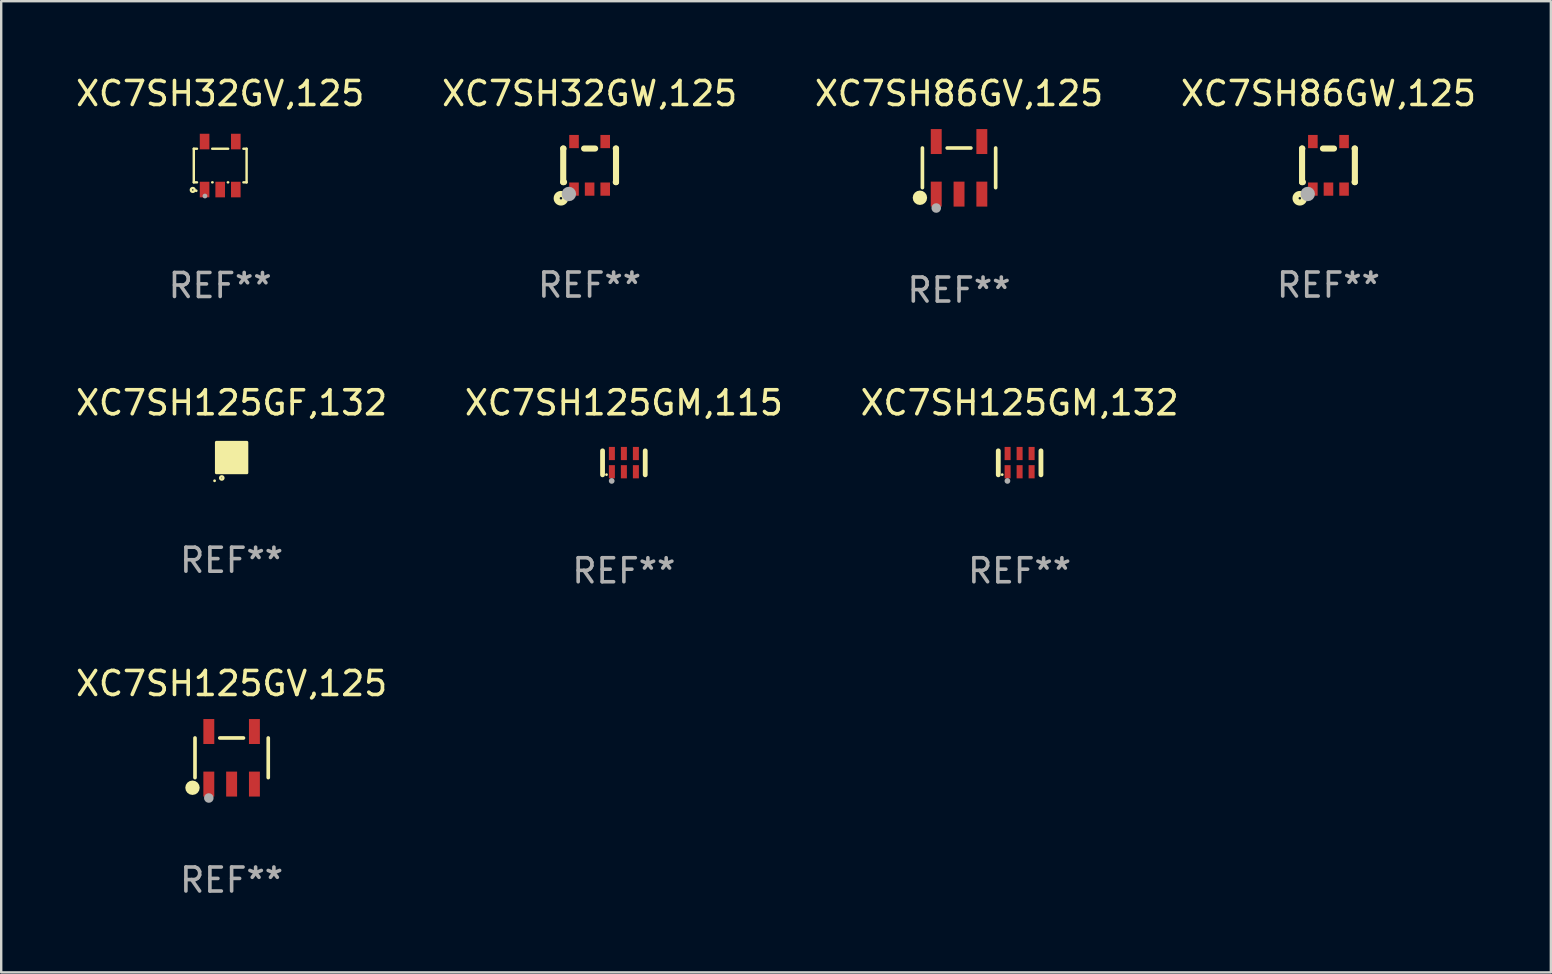
<source format=kicad_pcb>
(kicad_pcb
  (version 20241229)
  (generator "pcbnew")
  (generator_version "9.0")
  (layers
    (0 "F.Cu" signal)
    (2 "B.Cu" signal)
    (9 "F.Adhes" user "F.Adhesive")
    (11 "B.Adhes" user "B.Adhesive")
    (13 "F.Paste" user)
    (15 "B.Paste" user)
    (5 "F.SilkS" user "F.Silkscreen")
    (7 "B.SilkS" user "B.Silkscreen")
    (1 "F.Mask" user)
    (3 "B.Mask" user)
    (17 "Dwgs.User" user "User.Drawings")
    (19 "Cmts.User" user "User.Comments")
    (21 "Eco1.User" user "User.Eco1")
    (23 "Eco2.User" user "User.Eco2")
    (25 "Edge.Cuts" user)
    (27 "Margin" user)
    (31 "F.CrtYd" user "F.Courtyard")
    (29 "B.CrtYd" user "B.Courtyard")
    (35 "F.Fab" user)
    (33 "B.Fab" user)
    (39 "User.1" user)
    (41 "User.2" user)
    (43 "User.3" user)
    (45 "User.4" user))
  (footprint "XC7SH86GV,125"
    (layer "F.Cu")
    (at 36.911 3.943)
    (property "Reference" "XC7SH86GV,125" (at 0 -3.095 0) (layer "F.SilkS") (effects (font (size 1 1) (thickness 0.15))))
    (attr through_hole)
    (fp_line (start -1.526 0.826) (end -1.526 -0.826) (stroke (width 0.152) (type solid)) (layer "F.SilkS"))
    (fp_line (start 0.494 -0.826) (end -0.494 -0.826) (stroke (width 0.152) (type solid)) (layer "F.SilkS"))
    (fp_line (start 1.526 0.826) (end 1.526 -0.826) (stroke (width 0.152) (type solid)) (layer "F.SilkS"))
    (fp_circle (center -1.63 1.247) (end -1.48 1.247) (stroke (width 0.3) (type solid)) (fill no) (layer "F.SilkS"))
    (fp_circle (center -1.45 1.375) (end -1.42 1.375) (stroke (width 0.06) (type solid)) (fill no) (layer "F.SilkS"))
    (fp_circle (center -0.95 1.675) (end -0.85 1.675) (stroke (width 0.2) (type solid)) (fill no) (layer "F.Fab"))
    (fp_text user "REF**" (at 0 5.095 0) (layer "F.Fab") (effects (font (size 1 1) (thickness 0.15))))
    (pad "1" smd rect (at -0.95 1.095) (size 0.455 1.04) (layers "F.Cu" "F.Mask" "F.Paste"))
    (pad "2" smd rect (at 0 1.095) (size 0.455 1.04) (layers "F.Cu" "F.Mask" "F.Paste"))
    (pad "3" smd rect (at 0.95 1.095) (size 0.455 1.04) (layers "F.Cu" "F.Mask" "F.Paste"))
    (pad "4" smd rect (at 0.95 -1.095) (size 0.455 1.04) (layers "F.Cu" "F.Mask" "F.Paste"))
    (pad "5" smd rect (at -0.95 -1.095) (size 0.455 1.04) (layers "F.Cu" "F.Mask" "F.Paste")))
  (footprint "XC7SH125GV,125"
    (layer "F.Cu")
    (at 6.601 28.526)
    (property "Reference" "XC7SH125GV,125" (at 0 -3.095 0) (layer "F.SilkS") (effects (font (size 1 1) (thickness 0.15))))
    (attr through_hole)
    (fp_line (start -1.526 0.826) (end -1.526 -0.826) (stroke (width 0.152) (type solid)) (layer "F.SilkS"))
    (fp_line (start 0.494 -0.826) (end -0.494 -0.826) (stroke (width 0.152) (type solid)) (layer "F.SilkS"))
    (fp_line (start 1.526 0.826) (end 1.526 -0.826) (stroke (width 0.152) (type solid)) (layer "F.SilkS"))
    (fp_circle (center -1.63 1.247) (end -1.48 1.247) (stroke (width 0.3) (type solid)) (fill no) (layer "F.SilkS"))
    (fp_circle (center -1.45 1.375) (end -1.42 1.375) (stroke (width 0.06) (type solid)) (fill no) (layer "F.SilkS"))
    (fp_circle (center -0.95 1.675) (end -0.85 1.675) (stroke (width 0.2) (type solid)) (fill no) (layer "F.Fab"))
    (fp_text user "REF**" (at 0 5.095 0) (layer "F.Fab") (effects (font (size 1 1) (thickness 0.15))))
    (pad "1" smd rect (at -0.95 1.095) (size 0.455 1.04) (layers "F.Cu" "F.Mask" "F.Paste"))
    (pad "2" smd rect (at 0 1.095) (size 0.455 1.04) (layers "F.Cu" "F.Mask" "F.Paste"))
    (pad "3" smd rect (at 0.95 1.095) (size 0.455 1.04) (layers "F.Cu" "F.Mask" "F.Paste"))
    (pad "4" smd rect (at 0.95 -1.095) (size 0.455 1.04) (layers "F.Cu" "F.Mask" "F.Paste"))
    (pad "5" smd rect (at -0.95 -1.095) (size 0.455 1.04) (layers "F.Cu" "F.Mask" "F.Paste")))
  (footprint "XC7SH86GW,125"
    (layer "F.Cu")
    (at 52.304 3.839)
    (property "Reference" "XC7SH86GW,125" (at 0 -2.991 0) (layer "F.SilkS") (effects (font (size 1 1) (thickness 0.15))))
    (attr through_hole)
    (fp_line (start -1.1 -0.7) (end -1.1 0.7) (stroke (width 0.254) (type solid)) (layer "F.SilkS"))
    (fp_line (start -1.1 -0.7) (end -1.09 -0.7) (stroke (width 0.254) (type solid)) (layer "F.SilkS"))
    (fp_line (start -1.1 0.7) (end -1.065 0.7) (stroke (width 0.254) (type solid)) (layer "F.SilkS"))
    (fp_line (start -0.23 -0.7) (end 0.23 -0.7) (stroke (width 0.254) (type solid)) (layer "F.SilkS"))
    (fp_line (start 1.09 -0.7) (end 1.1 -0.7) (stroke (width 0.254) (type solid)) (layer "F.SilkS"))
    (fp_line (start 1.09 0.7) (end 1.1 0.7) (stroke (width 0.254) (type solid)) (layer "F.SilkS"))
    (fp_line (start 1.1 -0.7) (end 1.1 0.7) (stroke (width 0.254) (type solid)) (layer "F.SilkS"))
    (fp_circle (center -1.194 1.372) (end -1.143 1.372) (stroke (width 0.254) (type solid)) (fill no) (layer "F.SilkS"))
    (fp_circle (center -1.05 1.063) (end -1.02 1.063) (stroke (width 0.06) (type solid)) (fill no) (layer "F.SilkS"))
    (fp_circle (center -0.864 1.194) (end -0.713 1.194) (stroke (width 0.3) (type solid)) (fill no) (layer "F.Fab"))
    (fp_text user "REF**" (at 0 4.991 0) (layer "F.Fab") (effects (font (size 1 1) (thickness 0.15))))
    (pad "1" smd rect (at -0.65 0.991 180) (size 0.399 0.551) (layers "F.Cu" "F.Mask" "F.Paste"))
    (pad "2" smd rect (at 0 0.991 180) (size 0.399 0.551) (layers "F.Cu" "F.Mask" "F.Paste"))
    (pad "3" smd rect (at 0.65 0.991 180) (size 0.399 0.551) (layers "F.Cu" "F.Mask" "F.Paste"))
    (pad "4" smd rect (at 0.65 -0.991 180) (size 0.399 0.551) (layers "F.Cu" "F.Mask" "F.Paste"))
    (pad "5" smd rect (at -0.65 -0.991 180) (size 0.399 0.551) (layers "F.Cu" "F.Mask" "F.Paste")))
  (footprint "XC7SH32GW,125"
    (layer "F.Cu")
    (at 21.518 3.839)
    (property "Reference" "XC7SH32GW,125" (at 0 -2.991 0) (layer "F.SilkS") (effects (font (size 1 1) (thickness 0.15))))
    (attr through_hole)
    (fp_line (start -1.1 -0.7) (end -1.1 0.7) (stroke (width 0.254) (type solid)) (layer "F.SilkS"))
    (fp_line (start -1.1 -0.7) (end -1.09 -0.7) (stroke (width 0.254) (type solid)) (layer "F.SilkS"))
    (fp_line (start -1.1 0.7) (end -1.065 0.7) (stroke (width 0.254) (type solid)) (layer "F.SilkS"))
    (fp_line (start -0.23 -0.7) (end 0.23 -0.7) (stroke (width 0.254) (type solid)) (layer "F.SilkS"))
    (fp_line (start 1.09 -0.7) (end 1.1 -0.7) (stroke (width 0.254) (type solid)) (layer "F.SilkS"))
    (fp_line (start 1.09 0.7) (end 1.1 0.7) (stroke (width 0.254) (type solid)) (layer "F.SilkS"))
    (fp_line (start 1.1 -0.7) (end 1.1 0.7) (stroke (width 0.254) (type solid)) (layer "F.SilkS"))
    (fp_circle (center -1.194 1.372) (end -1.143 1.372) (stroke (width 0.254) (type solid)) (fill no) (layer "F.SilkS"))
    (fp_circle (center -1.05 1.063) (end -1.02 1.063) (stroke (width 0.06) (type solid)) (fill no) (layer "F.SilkS"))
    (fp_circle (center -0.864 1.194) (end -0.713 1.194) (stroke (width 0.3) (type solid)) (fill no) (layer "F.Fab"))
    (fp_text user "REF**" (at 0 4.991 0) (layer "F.Fab") (effects (font (size 1 1) (thickness 0.15))))
    (pad "1" smd rect (at -0.65 0.991 180) (size 0.399 0.551) (layers "F.Cu" "F.Mask" "F.Paste"))
    (pad "2" smd rect (at 0 0.991 180) (size 0.399 0.551) (layers "F.Cu" "F.Mask" "F.Paste"))
    (pad "3" smd rect (at 0.65 0.991 180) (size 0.399 0.551) (layers "F.Cu" "F.Mask" "F.Paste"))
    (pad "4" smd rect (at 0.65 -0.991 180) (size 0.399 0.551) (layers "F.Cu" "F.Mask" "F.Paste"))
    (pad "5" smd rect (at -0.65 -0.991 180) (size 0.399 0.551) (layers "F.Cu" "F.Mask" "F.Paste")))
  (footprint "XC7SH125GF,132"
    (layer "F.Cu")
    (at 6.601 16.015)
    (property "Reference" "XC7SH125GF,132" (at 0 -2.28 0) (layer "F.SilkS") (effects (font (size 1 1) (thickness 0.15))))
    (attr through_hole)
    (fp_circle (center -0.71 0.968) (end -0.68 0.968) (stroke (width 0.06) (type solid)) (fill no) (layer "F.SilkS"))
    (fp_circle (center -0.41 0.85) (end -0.342 0.85) (stroke (width 0.1) (type solid)) (fill no) (layer "F.SilkS"))
    (fp_poly (pts (xy -0.635 -0.635) (xy 0.635 -0.635) (xy 0.635 0.635) (xy -0.635 0.635)) (stroke (width 0.12) (type solid)) (fill yes) (layer "F.SilkS"))
    (fp_text user "REF**" (at 0 4.28 0) (layer "F.Fab") (effects (font (size 1 1) (thickness 0.15))))
    (pad "1" smd rect (at -0.35 0.28 90) (size 0.35 0.2) (layers "F.Cu" "F.Mask" "F.Paste"))
    (pad "2" smd rect (at 0 0.28 90) (size 0.35 0.2) (layers "F.Cu" "F.Mask" "F.Paste"))
    (pad "3" smd rect (at 0.35 0.28 90) (size 0.35 0.2) (layers "F.Cu" "F.Mask" "F.Paste"))
    (pad "4" smd rect (at 0.35 -0.28 90) (size 0.35 0.2) (layers "F.Cu" "F.Mask" "F.Paste"))
    (pad "5" smd rect (at 0 -0.28 90) (size 0.35 0.2) (layers "F.Cu" "F.Mask" "F.Paste"))
    (pad "6" smd rect (at -0.35 -0.28 90) (size 0.35 0.2) (layers "F.Cu" "F.Mask" "F.Paste")))
  (footprint "XC7SH32GV,125"
    (layer "F.Cu")
    (at 6.125 3.848)
    (property "Reference" "XC7SH32GV,125" (at 0 -3 0) (layer "F.SilkS") (effects (font (size 1 1) (thickness 0.15))))
    (attr through_hole)
    (fp_line (start -1.1 -0.7) (end -1.1 0.7) (stroke (width 0.101) (type solid)) (layer "F.SilkS"))
    (fp_line (start -1.1 -0.7) (end -0.967 -0.7) (stroke (width 0.101) (type solid)) (layer "F.SilkS"))
    (fp_line (start -1.1 0.7) (end -0.967 0.7) (stroke (width 0.101) (type solid)) (layer "F.SilkS"))
    (fp_line (start -0.333 0.7) (end -0.317 0.7) (stroke (width 0.101) (type solid)) (layer "F.SilkS"))
    (fp_line (start -0.333 -0.7) (end 0.333 -0.7) (stroke (width 0.101) (type solid)) (layer "F.SilkS"))
    (fp_line (start 0.317 0.7) (end 0.333 0.7) (stroke (width 0.101) (type solid)) (layer "F.SilkS"))
    (fp_line (start 0.967 0.7) (end 1.1 0.7) (stroke (width 0.101) (type solid)) (layer "F.SilkS"))
    (fp_line (start 0.967 -0.7) (end 1.1 -0.7) (stroke (width 0.101) (type solid)) (layer "F.SilkS"))
    (fp_line (start 1.1 -0.7) (end 1.1 0.7) (stroke (width 0.101) (type solid)) (layer "F.SilkS"))
    (fp_circle (center -1.143 1.016) (end -1.063 1.016) (stroke (width 0.1) (type solid)) (fill no) (layer "F.SilkS"))
    (fp_circle (center -1 1.05) (end -0.97 1.05) (stroke (width 0.06) (type solid)) (fill no) (layer "F.SilkS"))
    (fp_circle (center -0.635 1.27) (end -0.585 1.27) (stroke (width 0.1) (type solid)) (fill no) (layer "F.Fab"))
    (fp_text user "REF**" (at 0 5 0) (layer "F.Fab") (effects (font (size 1 1) (thickness 0.15))))
    (pad "1" smd rect (at -0.65 1) (size 0.4 0.65) (layers "F.Cu" "F.Mask" "F.Paste"))
    (pad "2" smd rect (at 0 1) (size 0.4 0.65) (layers "F.Cu" "F.Mask" "F.Paste"))
    (pad "3" smd rect (at 0.65 1) (size 0.4 0.65) (layers "F.Cu" "F.Mask" "F.Paste"))
    (pad "4" smd rect (at 0.65 -1) (size 0.4 0.65) (layers "F.Cu" "F.Mask" "F.Paste"))
    (pad "5" smd rect (at -0.65 -1) (size 0.4 0.65) (layers "F.Cu" "F.Mask" "F.Paste")))
  (footprint "XC7SH125GM,132"
    (layer "F.Cu")
    (at 39.435 16.235)
    (property "Reference" "XC7SH125GM,132" (at 0 -2.5 0) (layer "F.SilkS") (effects (font (size 1 1) (thickness 0.15))))
    (attr through_hole)
    (fp_line (start -0.889 0.5) (end -0.889 -0.5) (stroke (width 0.2) (type solid)) (layer "F.SilkS"))
    (fp_line (start 0.889 0.5) (end 0.889 -0.5) (stroke (width 0.2) (type solid)) (layer "F.SilkS"))
    (fp_circle (center -0.725 0.492) (end -0.695 0.492) (stroke (width 0.06) (type solid)) (fill no) (layer "F.SilkS"))
    (fp_circle (center -0.508 0.754) (end -0.448 0.754) (stroke (width 0.12) (type solid)) (fill no) (layer "F.Fab"))
    (fp_text user "REF**" (at 0 4.5 0) (layer "F.Fab") (effects (font (size 1 1) (thickness 0.15))))
    (pad "1" smd rect (at -0.5 0.372) (size 0.25 0.55) (layers "F.Cu" "F.Mask" "F.Paste"))
    (pad "2" smd rect (at -0.000127 0.372) (size 0.25 0.55) (layers "F.Cu" "F.Mask" "F.Paste"))
    (pad "3" smd rect (at 0.5 0.372) (size 0.25 0.55) (layers "F.Cu" "F.Mask" "F.Paste"))
    (pad "4" smd rect (at 0.5 -0.388 180) (size 0.25 0.55) (layers "F.Cu" "F.Mask" "F.Paste"))
    (pad "5" smd rect (at -0.000127 -0.388 180) (size 0.25 0.55) (layers "F.Cu" "F.Mask" "F.Paste"))
    (pad "6" smd rect (at -0.5 -0.388 180) (size 0.25 0.55) (layers "F.Cu" "F.Mask" "F.Paste")))
  (footprint "XC7SH125GM,115"
    (layer "F.Cu")
    (at 22.946 16.235)
    (property "Reference" "XC7SH125GM,115" (at 0 -2.5 0) (layer "F.SilkS") (effects (font (size 1 1) (thickness 0.15))))
    (attr through_hole)
    (fp_line (start -0.889 0.5) (end -0.889 -0.5) (stroke (width 0.2) (type solid)) (layer "F.SilkS"))
    (fp_line (start 0.889 0.5) (end 0.889 -0.5) (stroke (width 0.2) (type solid)) (layer "F.SilkS"))
    (fp_circle (center -0.725 0.492) (end -0.695 0.492) (stroke (width 0.06) (type solid)) (fill no) (layer "F.SilkS"))
    (fp_circle (center -0.508 0.754) (end -0.448 0.754) (stroke (width 0.12) (type solid)) (fill no) (layer "F.Fab"))
    (fp_text user "REF**" (at 0 4.5 0) (layer "F.Fab") (effects (font (size 1 1) (thickness 0.15))))
    (pad "1" smd rect (at -0.5 0.372) (size 0.25 0.55) (layers "F.Cu" "F.Mask" "F.Paste"))
    (pad "2" smd rect (at -0.000127 0.372) (size 0.25 0.55) (layers "F.Cu" "F.Mask" "F.Paste"))
    (pad "3" smd rect (at 0.5 0.372) (size 0.25 0.55) (layers "F.Cu" "F.Mask" "F.Paste"))
    (pad "4" smd rect (at 0.5 -0.388 180) (size 0.25 0.55) (layers "F.Cu" "F.Mask" "F.Paste"))
    (pad "5" smd rect (at -0.000127 -0.388 180) (size 0.25 0.55) (layers "F.Cu" "F.Mask" "F.Paste"))
    (pad "6" smd rect (at -0.5 -0.388 180) (size 0.25 0.55) (layers "F.Cu" "F.Mask" "F.Paste")))
  (gr_rect
    (start -3 -3)
    (end 61.571 37.469)
    (stroke (width 0.1) (type default))
    (fill no)
    (layer "Edge.Cuts")))
</source>
